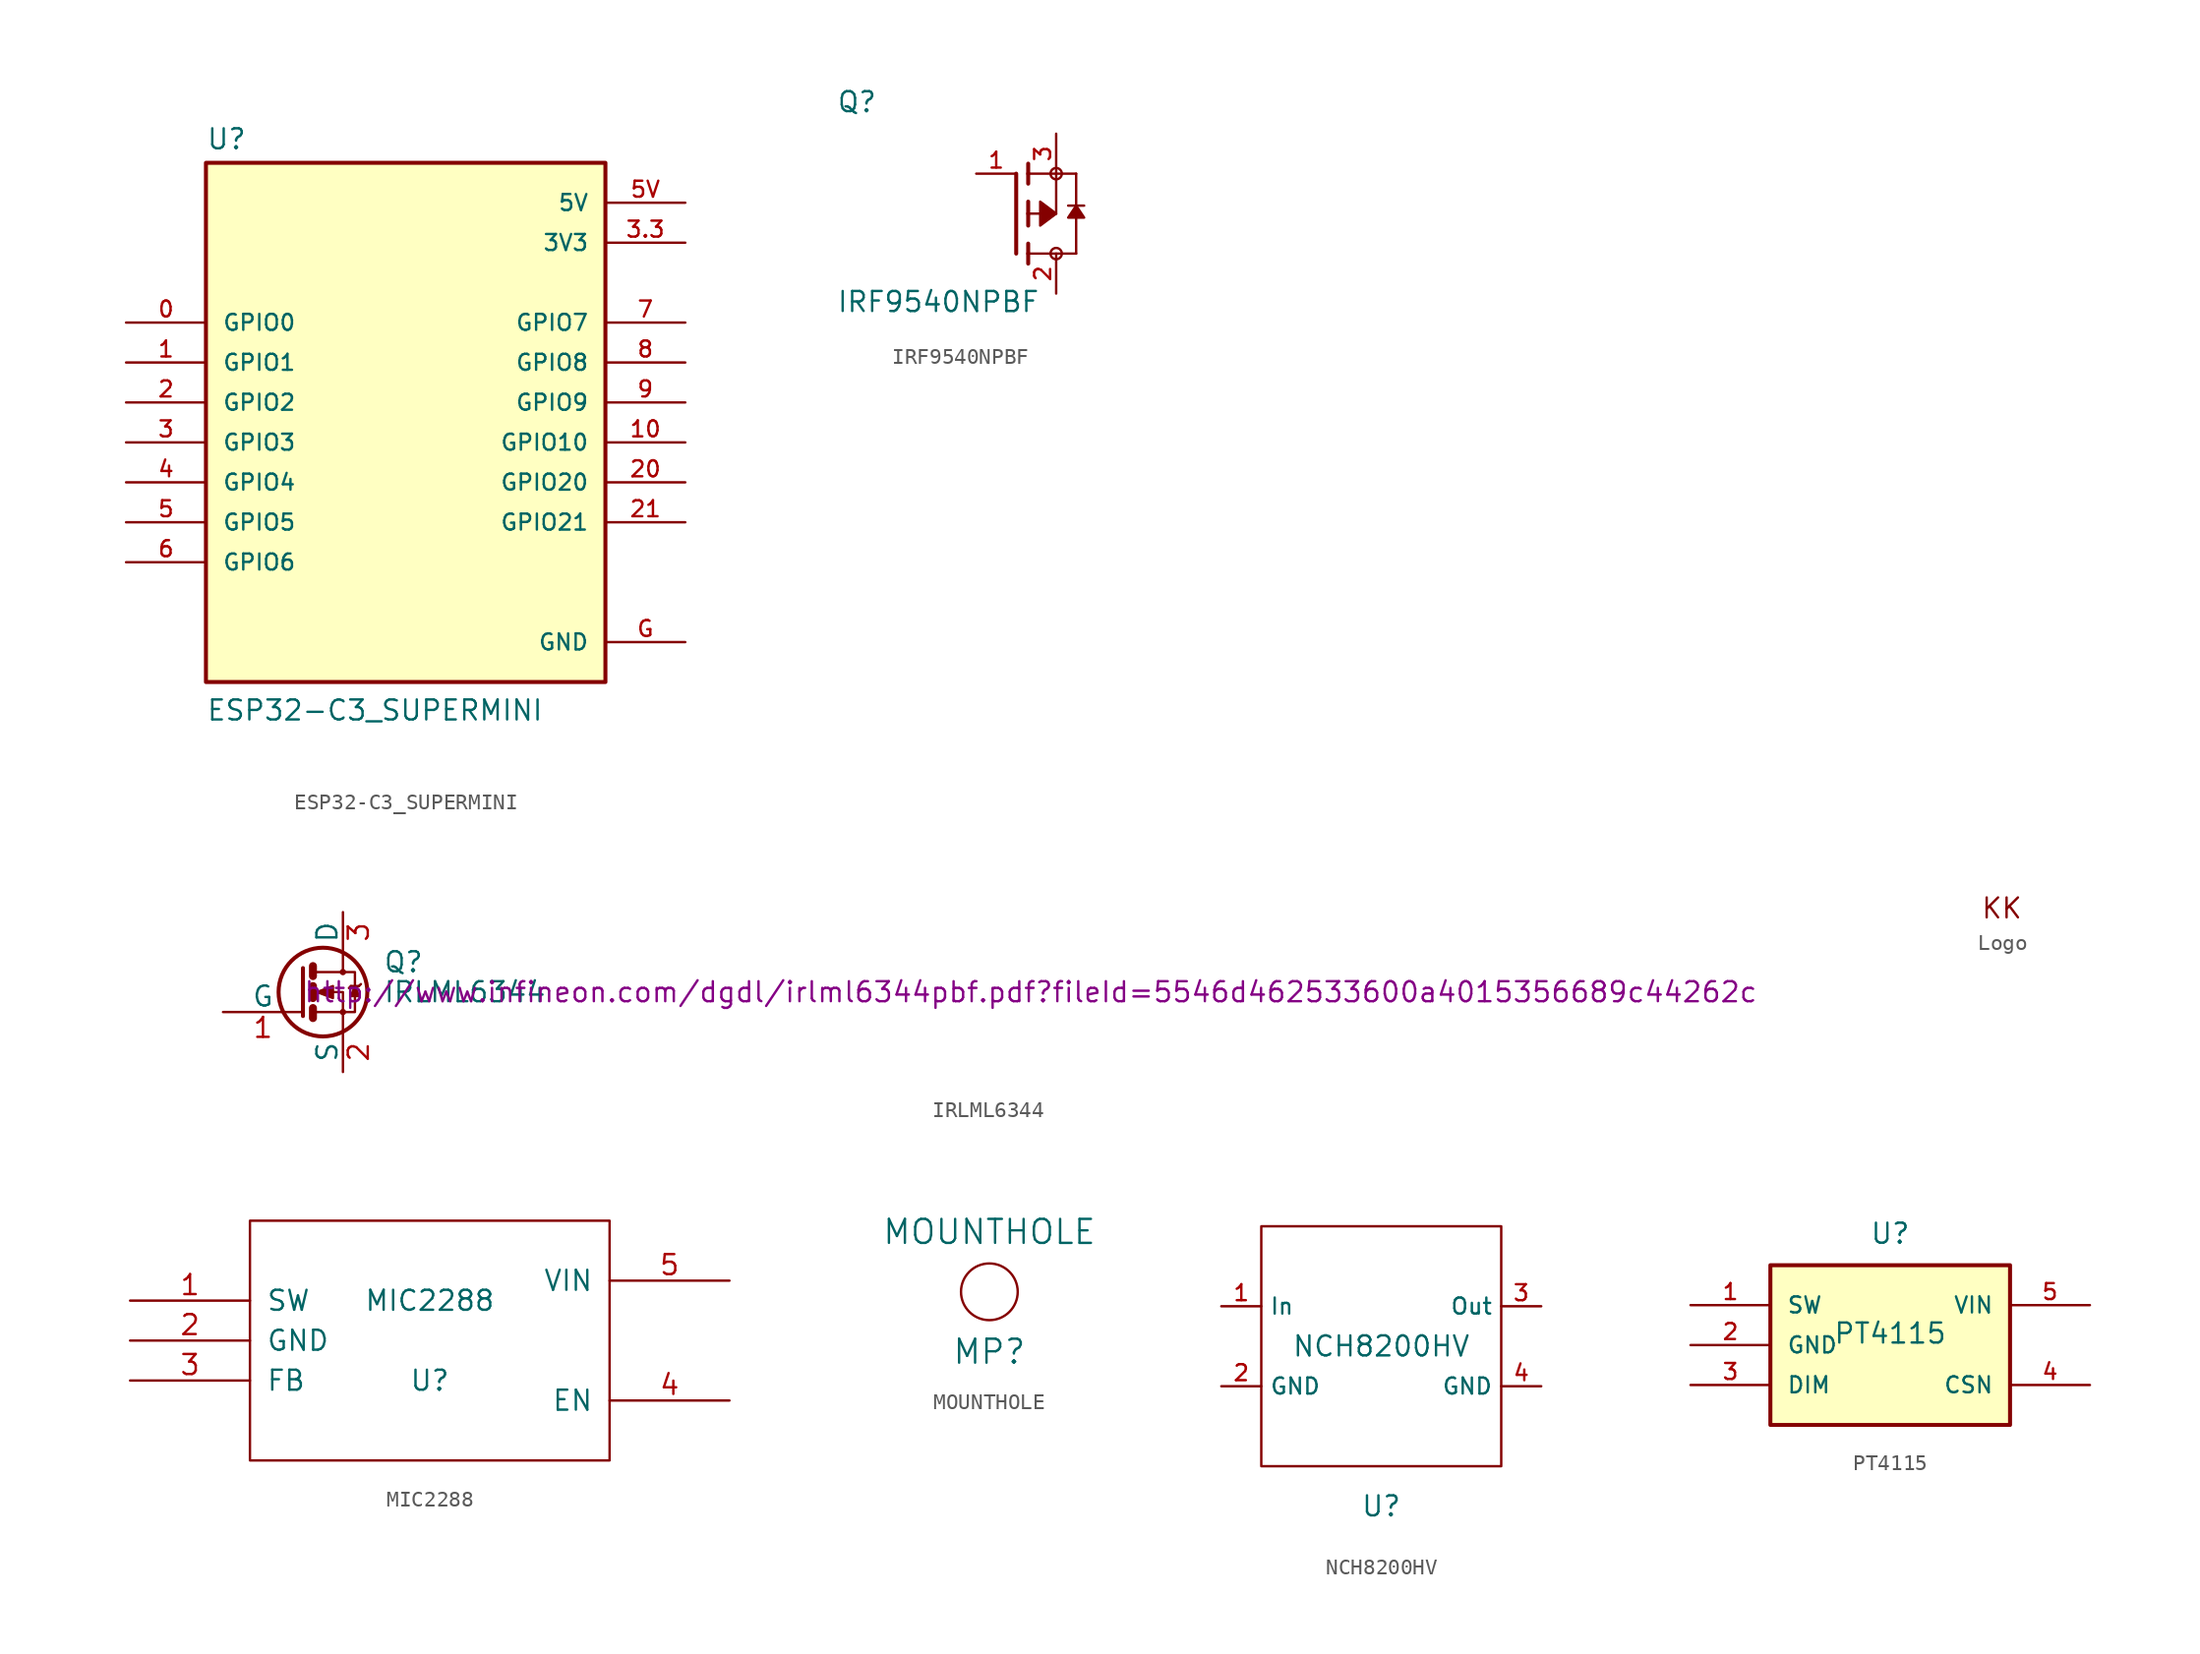
<source format=kicad_sym>
(kicad_symbol_lib
  (version 20220914)
  (generator kicad_symbol_editor)
  (symbol "ESP32-C3_SUPERMINI"
    (pin_names
      (offset 1.016))
    (property "Reference" "U"
      (at -12.7 16.002 0)
      (effects (font (size 1.27 1.27)) (justify left bottom)))
    (property "Value" "ESP32-C3_SUPERMINI"
      (at -12.7 -20.32 0)
      (effects (font (size 1.27 1.27)) (justify left bottom)))
    (symbol "ESP32-C3_SUPERMINI_0_0"
      (rectangle (start -12.7 -17.78) (end 12.7 15.24) (stroke (width 0.254) (type default)) (fill (type background)))
      (pin bidirectional line (at -17.78 5.08 0) (length 5.08) (name "GPIO0" (effects (font (size 1.016 1.016)))) (number "0" (effects (font (size 1.016 1.016)))))
      (pin bidirectional line (at -17.78 2.54 0) (length 5.08) (name "GPIO1" (effects (font (size 1.016 1.016)))) (number "1" (effects (font (size 1.016 1.016)))))
      (pin bidirectional line (at 17.78 -2.54 180) (length 5.08) (name "GPIO10" (effects (font (size 1.016 1.016)))) (number "10" (effects (font (size 1.016 1.016)))))
      (pin bidirectional line (at -17.78 0 0) (length 5.08) (name "GPIO2" (effects (font (size 1.016 1.016)))) (number "2" (effects (font (size 1.016 1.016)))))
      (pin bidirectional line (at 17.78 -5.08 180) (length 5.08) (name "GPIO20" (effects (font (size 1.016 1.016)))) (number "20" (effects (font (size 1.016 1.016)))))
      (pin bidirectional line (at 17.78 -7.62 180) (length 5.08) (name "GPIO21" (effects (font (size 1.016 1.016)))) (number "21" (effects (font (size 1.016 1.016)))))
      (pin bidirectional line (at -17.78 -2.54 0) (length 5.08) (name "GPIO3" (effects (font (size 1.016 1.016)))) (number "3" (effects (font (size 1.016 1.016)))))
      (pin power_in line (at 17.78 10.16 180) (length 5.08) (name "3V3" (effects (font (size 1.016 1.016)))) (number "3.3" (effects (font (size 1.016 1.016)))))
      (pin bidirectional line (at -17.78 -5.08 0) (length 5.08) (name "GPIO4" (effects (font (size 1.016 1.016)))) (number "4" (effects (font (size 1.016 1.016)))))
      (pin bidirectional line (at -17.78 -7.62 0) (length 5.08) (name "GPIO5" (effects (font (size 1.016 1.016)))) (number "5" (effects (font (size 1.016 1.016)))))
      (pin power_in line (at 17.78 12.7 180) (length 5.08) (name "5V" (effects (font (size 1.016 1.016)))) (number "5V" (effects (font (size 1.016 1.016)))))
      (pin bidirectional line (at -17.78 -10.16 0) (length 5.08) (name "GPIO6" (effects (font (size 1.016 1.016)))) (number "6" (effects (font (size 1.016 1.016)))))
      (pin bidirectional line (at 17.78 5.08 180) (length 5.08) (name "GPIO7" (effects (font (size 1.016 1.016)))) (number "7" (effects (font (size 1.016 1.016)))))
      (pin bidirectional line (at 17.78 2.54 180) (length 5.08) (name "GPIO8" (effects (font (size 1.016 1.016)))) (number "8" (effects (font (size 1.016 1.016)))))
      (pin bidirectional line (at 17.78 0 180) (length 5.08) (name "GPIO9" (effects (font (size 1.016 1.016)))) (number "9" (effects (font (size 1.016 1.016)))))
      (pin power_in line (at 17.78 -15.24 180) (length 5.08) (name "GND" (effects (font (size 1.016 1.016)))) (number "G" (effects (font (size 1.016 1.016)))))))
  (symbol "IRF9540NPBF"
    (pin_names
      (offset 1.016))
    (property "Reference" "Q"
      (at -13.97 6.35 0)
      (effects (font (size 1.27 1.27)) (justify left bottom)))
    (property "Value" "IRF9540NPBF"
      (at -13.97 -6.35 0)
      (effects (font (size 1.27 1.27)) (justify left bottom)))
    (symbol "IRF9540NPBF_0_0"
      (circle (center 0 -2.54) (radius 0.359) (stroke (width 0) (type default)) (fill (type none)))
      (polyline (pts (xy -2.54 -2.54) (xy -2.54 2.54)) (stroke (width 0.254) (type default)) (fill (type none)))
      (polyline (pts (xy -1.778 -3.175) (xy -1.778 -2.54)) (stroke (width 0.254) (type default)) (fill (type none)))
      (polyline (pts (xy -1.778 -2.54) (xy -1.778 -1.905)) (stroke (width 0.254) (type default)) (fill (type none)))
      (polyline (pts (xy -1.778 -2.54) (xy 1.27 -2.54)) (stroke (width 0.152) (type default)) (fill (type none)))
      (polyline (pts (xy -1.778 -0.762) (xy -1.778 0)) (stroke (width 0.254) (type default)) (fill (type none)))
      (polyline (pts (xy -1.778 0) (xy -1.778 0.762)) (stroke (width 0.254) (type default)) (fill (type none)))
      (polyline (pts (xy -1.778 0) (xy 0 0)) (stroke (width 0.152) (type default)) (fill (type none)))
      (polyline (pts (xy -1.778 1.905) (xy -1.778 2.54)) (stroke (width 0.254) (type default)) (fill (type none)))
      (polyline (pts (xy -1.778 2.54) (xy -1.778 3.175)) (stroke (width 0.254) (type default)) (fill (type none)))
      (polyline (pts (xy 0 0) (xy 0 2.54)) (stroke (width 0.152) (type default)) (fill (type none)))
      (polyline (pts (xy 0 2.54) (xy -1.778 2.54)) (stroke (width 0.152) (type default)) (fill (type none)))
      (polyline (pts (xy 0 2.54) (xy 1.27 2.54)) (stroke (width 0.152) (type default)) (fill (type none)))
      (polyline (pts (xy 0.762 0.508) (xy 1.27 0.508)) (stroke (width 0.152) (type default)) (fill (type none)))
      (polyline (pts (xy 1.27 -2.54) (xy 1.27 0.508)) (stroke (width 0.152) (type default)) (fill (type none)))
      (polyline (pts (xy 1.27 0.508) (xy 1.27 2.54)) (stroke (width 0.152) (type default)) (fill (type none)))
      (polyline (pts (xy 1.27 0.508) (xy 1.778 0.508)) (stroke (width 0.152) (type default)) (fill (type none)))
      (polyline (pts (xy 0 0) (xy -1.016 0.762) (xy -1.016 -0.762) (xy 0 0)) (stroke (width 0.152) (type default)) (fill (type outline)))
      (polyline (pts (xy 1.27 0.508) (xy 1.778 -0.254) (xy 0.762 -0.254) (xy 1.27 0.508)) (stroke (width 0.152) (type default)) (fill (type outline)))
      (circle (center 0 2.54) (radius 0.359) (stroke (width 0) (type default)) (fill (type none)))
      (pin passive line (at -5.08 2.54 0) (length 2.54) (name "~" (effects (font (size 1.016 1.016)))) (number "1" (effects (font (size 1.016 1.016)))))
      (pin passive line (at 0 -5.08 90) (length 2.54) (name "~" (effects (font (size 1.016 1.016)))) (number "2" (effects (font (size 1.016 1.016)))))
      (pin passive line (at 0 5.08 270) (length 2.54) (name "~" (effects (font (size 1.016 1.016)))) (number "3" (effects (font (size 1.016 1.016)))))))
  (symbol "IRLML6344"
    (pin_names
      (offset 0))
    (property "Reference" "Q"
      (at 5.08 1.905 0)
      (effects (font (size 1.27 1.27)) (justify left)))
    (property "Value" "IRLML6344"
      (at 5.08 0 0)
      (effects (font (size 1.27 1.27)) (justify left)))
    (property "Datasheet" "http://www.infineon.com/dgdl/irlml6344pbf.pdf?fileId=5546d462533600a4015356689c44262c"
      (at 0 0 0)
      (effects (font (size 1.27 1.27)) (justify left)))
    (symbol "IRLML6344_0_1"
      (polyline (pts (xy 0.635 -1.016) (xy 0.635 -1.651)) (stroke (width 0.508) (type solid)) (fill (type none)))
      (polyline (pts (xy 0.635 0.381) (xy 0.635 -0.381)) (stroke (width 0.508) (type solid)) (fill (type none)))
      (polyline (pts (xy 0.635 1.651) (xy 0.635 1.016)) (stroke (width 0.508) (type solid)) (fill (type none)))
      (polyline (pts (xy 3.048 0.381) (xy 2.921 0.254)) (stroke (width 0) (type solid)) (fill (type none)))
      (polyline (pts (xy 3.048 0.381) (xy 3.556 0.381)) (stroke (width 0) (type solid)) (fill (type none)))
      (polyline (pts (xy 3.556 0.381) (xy 3.683 0.508)) (stroke (width 0) (type solid)) (fill (type none)))
      (polyline (pts (xy 0 1.524) (xy 0 -1.524) (xy 0 -1.524)) (stroke (width 0.254) (type solid)) (fill (type none)))
      (polyline (pts (xy 0.762 -1.27) (xy 2.54 -1.27) (xy 2.54 -2.54) (xy 2.54 -2.54)) (stroke (width 0) (type solid)) (fill (type none)))
      (polyline (pts (xy 0.762 1.27) (xy 2.54 1.27) (xy 2.54 2.54) (xy 2.54 2.54)) (stroke (width 0) (type solid)) (fill (type none)))
      (polyline (pts (xy 2.54 1.27) (xy 3.302 1.27) (xy 3.302 -1.27) (xy 2.54 -1.27)) (stroke (width 0) (type solid)) (fill (type none)))
      (polyline (pts (xy 3.302 0.381) (xy 3.048 -0.254) (xy 3.556 -0.254) (xy 3.302 0.381)) (stroke (width 0) (type solid)) (fill (type outline)))
      (polyline (pts (xy 0.762 0) (xy 1.27 0) (xy 2.54 0) (xy 2.54 -1.27) (xy 2.54 -1.27)) (stroke (width 0) (type solid)) (fill (type none)))
      (polyline (pts (xy 0.889 0) (xy 1.905 0.381) (xy 1.905 -0.381) (xy 0.889 0) (xy 1.016 0) (xy 1.016 0)) (stroke (width 0) (type solid)) (fill (type outline)))
      (circle (center 1.27 0) (radius 2.819) (stroke (width 0.254) (type solid)) (fill (type none)))
      (circle (center 2.54 -1.27) (radius 0.127) (stroke (width 0) (type solid)) (fill (type none)))
      (circle (center 2.54 1.27) (radius 0.127) (stroke (width 0) (type solid)) (fill (type none))))
    (symbol "IRLML6344_1_1"
      (pin passive line (at -5.08 -1.27 0) (length 5.08) (name "G" (effects (font (size 1.27 1.27)))) (number "1" (effects (font (size 1.27 1.27)))))
      (pin passive line (at 2.54 -5.08 90) (length 2.54) (name "S" (effects (font (size 1.27 1.27)))) (number "2" (effects (font (size 1.27 1.27)))))
      (pin passive line (at 2.54 5.08 270) (length 2.54) (name "D" (effects (font (size 1.27 1.27)))) (number "3" (effects (font (size 1.27 1.27)))))))
  (symbol "Logo"
    (property "Reference" "U"
      (at 0 7.62 0)
      (effects (font (size 1.27 1.27)) hide))
    (symbol "Logo_1_1"
      (text "KK\n" (at 0 0 0) (effects (font (size 1.27 1.27))))))
  (symbol "MIC2288"
    (pin_names
      (offset 1.016))
    (property "Reference" "U"
      (at 0 -2.54 0)
      (effects (font (size 1.27 1.27))))
    (property "Value" "MIC2288"
      (at 0 2.54 0)
      (effects (font (size 1.27 1.27))))
    (symbol "MIC2288_1_0"
      (rectangle (start -11.43 -7.62) (end 11.43 7.62) (stroke (width 0) (type solid)) (fill (type none))))
    (symbol "MIC2288_1_1"
      (pin open_collector line (at -19.05 2.54 0) (length 7.62) (name "SW" (effects (font (size 1.27 1.27)))) (number "1" (effects (font (size 1.27 1.27)))))
      (pin power_in line (at -19.05 0 0) (length 7.62) (name "GND" (effects (font (size 1.27 1.27)))) (number "2" (effects (font (size 1.27 1.27)))))
      (pin input line (at -19.05 -2.54 0) (length 7.62) (name "FB" (effects (font (size 1.27 1.27)))) (number "3" (effects (font (size 1.27 1.27)))))
      (pin input line (at 19.05 -3.81 180) (length 7.62) (name "EN" (effects (font (size 1.27 1.27)))) (number "4" (effects (font (size 1.27 1.27)))))
      (pin power_in line (at 19.05 3.81 180) (length 7.62) (name "VIN" (effects (font (size 1.27 1.27)))) (number "5" (effects (font (size 1.27 1.27)))))))
  (symbol "MOUNTHOLE"
    (pin_names
      (offset 1.016))
    (property "Reference" "MP"
      (at 0 -3.81 0)
      (effects (font (size 1.524 1.524))))
    (property "Value" "MOUNTHOLE"
      (at 0 3.81 0)
      (effects (font (size 1.524 1.524))))
    (symbol "MOUNTHOLE_0_1"
      (circle (center 0 0) (radius 1.803) (stroke (width 0) (type solid)) (fill (type none)))))
  (symbol "NCH8200HV"
    (property "Reference" "U"
      (at 0 -10.16 0)
      (effects (font (size 1.27 1.27))))
    (property "Value" "NCH8200HV"
      (at 0 0 0)
      (effects (font (size 1.27 1.27))))
    (symbol "NCH8200HV_0_1"
      (rectangle (start -7.62 7.62) (end 7.62 -7.62) (stroke (width 0) (type default)) (fill (type none))))
    (symbol "NCH8200HV_1_1"
      (pin power_in line (at -10.16 2.54 0) (length 2.54) (name "In" (effects (font (size 1.016 1.016)))) (number "1" (effects (font (size 1.016 1.016)))))
      (pin passive line (at -10.16 -2.54 0) (length 2.54) (name "GND" (effects (font (size 1.016 1.016)))) (number "2" (effects (font (size 1.016 1.016)))))
      (pin power_out line (at 10.16 2.54 180) (length 2.54) (name "Out" (effects (font (size 1.016 1.016)))) (number "3" (effects (font (size 1.016 1.016)))))
      (pin passive line (at 10.16 -2.54 180) (length 2.54) (name "GND" (effects (font (size 1.016 1.016)))) (number "4" (effects (font (size 1.016 1.016)))))))
  (symbol "PT4115"
    (pin_names
      (offset 1.016))
    (property "Reference" "U"
      (at 0 6.35 0)
      (effects (font (size 1.27 1.27)) (justify bottom)))
    (property "Value" "PT4115"
      (at 0 0 0)
      (effects (font (size 1.27 1.27)) (justify bottom)))
    (symbol "PT4115_0_0"
      (rectangle (start -7.62 -5.08) (end 7.62 5.08) (stroke (width 0.254) (type default)) (fill (type background)))
      (pin bidirectional line (at -12.7 2.54 0) (length 5.08) (name "SW" (effects (font (size 1.016 1.016)))) (number "1" (effects (font (size 1.016 1.016)))))
      (pin bidirectional line (at -12.7 0 0) (length 5.08) (name "GND" (effects (font (size 1.016 1.016)))) (number "2" (effects (font (size 1.016 1.016)))))
      (pin bidirectional line (at -12.7 -2.54 0) (length 5.08) (name "DIM" (effects (font (size 1.016 1.016)))) (number "3" (effects (font (size 1.016 1.016)))))
      (pin bidirectional line (at 12.7 -2.54 180) (length 5.08) (name "CSN" (effects (font (size 1.016 1.016)))) (number "4" (effects (font (size 1.016 1.016)))))
      (pin bidirectional line (at 12.7 2.54 180) (length 5.08) (name "VIN" (effects (font (size 1.016 1.016)))) (number "5" (effects (font (size 1.016 1.016))))))))
</source>
